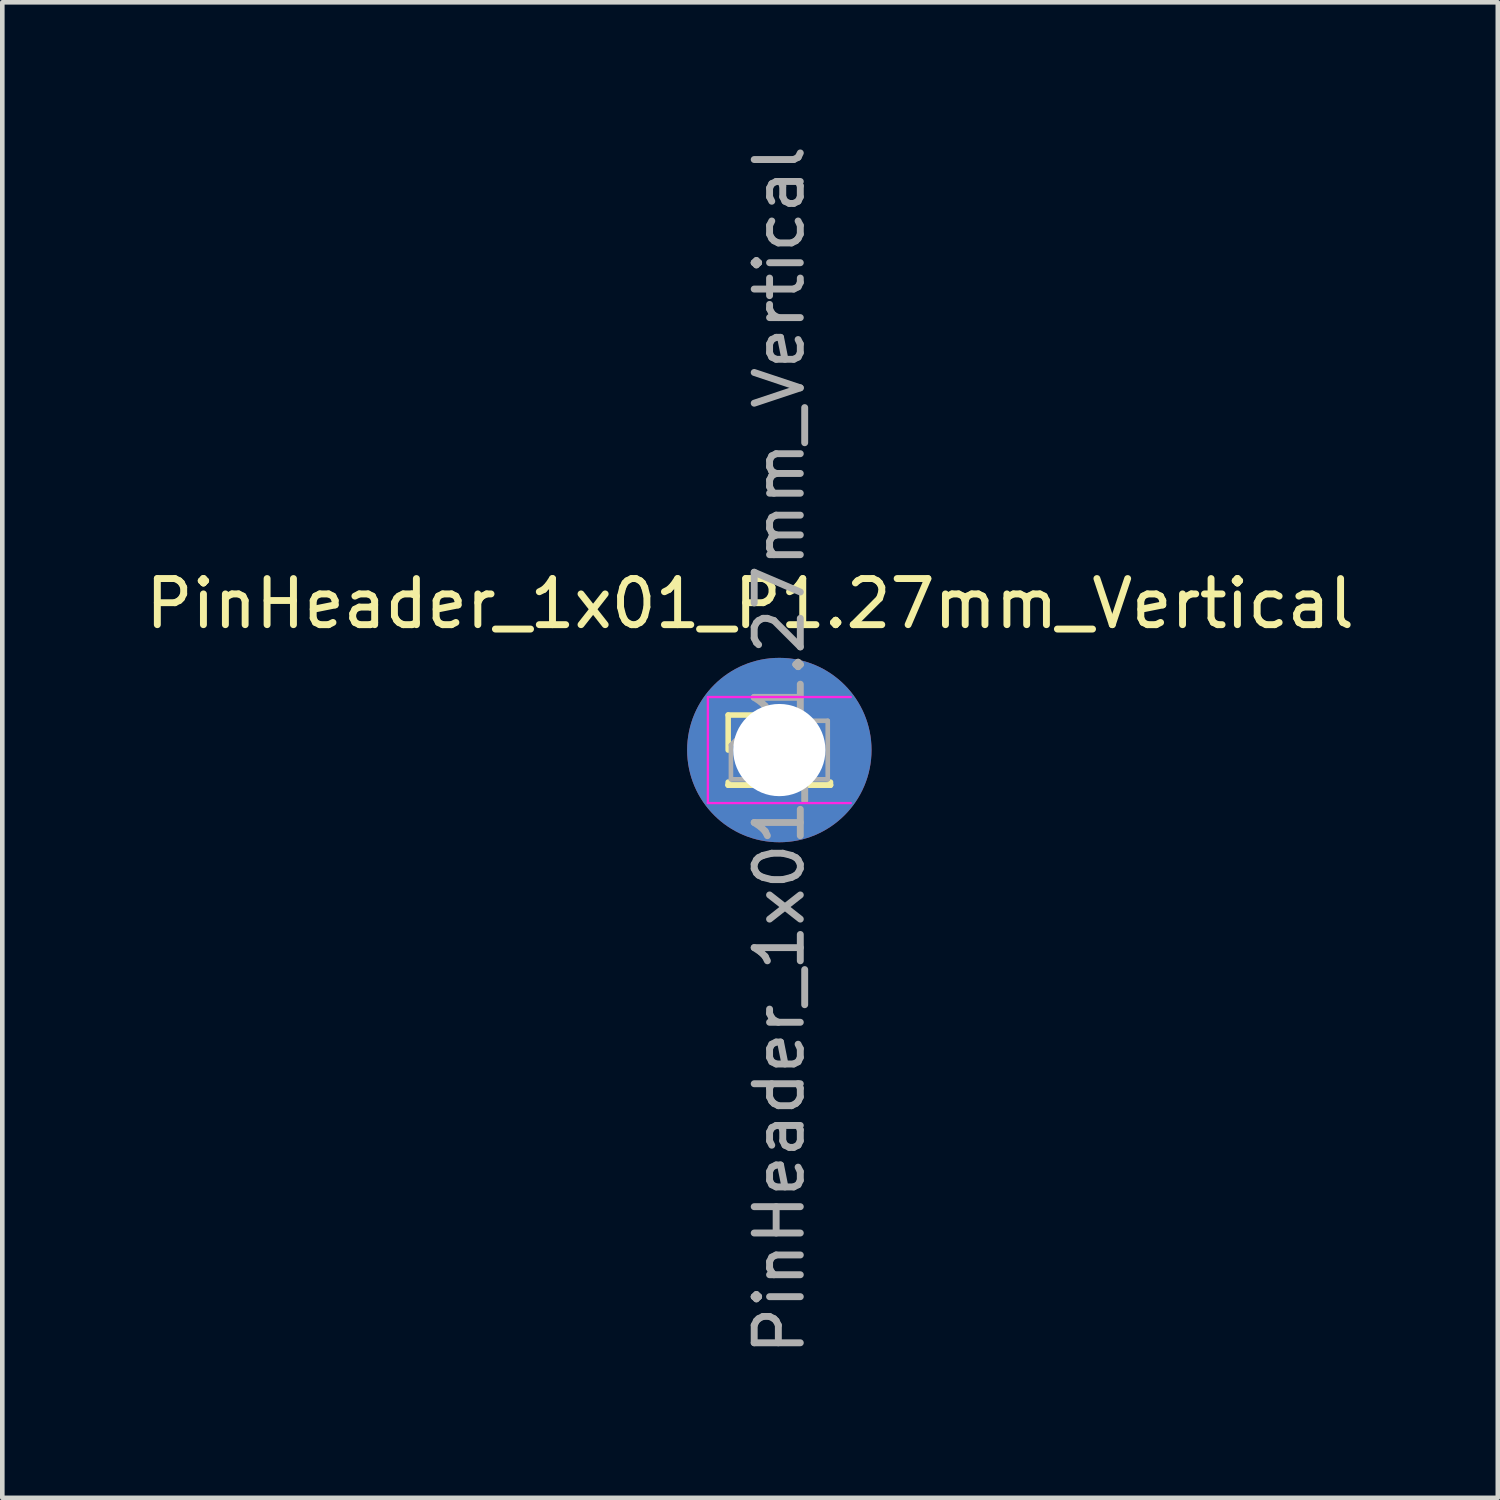
<source format=kicad_pcb>
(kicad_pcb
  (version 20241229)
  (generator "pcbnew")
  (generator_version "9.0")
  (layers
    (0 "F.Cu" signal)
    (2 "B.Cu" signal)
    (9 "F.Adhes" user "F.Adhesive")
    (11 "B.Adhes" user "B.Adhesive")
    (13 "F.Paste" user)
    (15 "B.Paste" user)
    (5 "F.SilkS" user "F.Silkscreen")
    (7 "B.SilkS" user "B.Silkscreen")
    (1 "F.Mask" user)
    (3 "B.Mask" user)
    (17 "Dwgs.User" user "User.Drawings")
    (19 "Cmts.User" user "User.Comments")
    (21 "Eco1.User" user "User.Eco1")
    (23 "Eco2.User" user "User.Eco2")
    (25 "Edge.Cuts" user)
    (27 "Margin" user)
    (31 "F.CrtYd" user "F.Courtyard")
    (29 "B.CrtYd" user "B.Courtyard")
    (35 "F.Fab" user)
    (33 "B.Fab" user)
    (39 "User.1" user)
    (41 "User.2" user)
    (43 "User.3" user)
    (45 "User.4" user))
  (footprint "PinHeader_1x01_P1.27mm_Vertical"
    (layer "F.Cu")
    (at 13.855 13.22)
    (property "Reference" "PinHeader_1x01_P1.27mm_Vertical" (at -0.635 -3.175 0) (layer "F.SilkS") (effects (font (size 1 1) (thickness 0.15))))
    (attr through_hole)
    (fp_line (start -1.11 -0.76) (end 0 -0.76) (stroke (width 0.12) (type solid)) (layer "F.SilkS"))
    (fp_line (start -1.11 0) (end -1.11 -0.76) (stroke (width 0.12) (type solid)) (layer "F.SilkS"))
    (fp_line (start -1.11 0.76) (end -1.11 0.695) (stroke (width 0.12) (type solid)) (layer "F.SilkS"))
    (fp_line (start -1.11 0.76) (end -0.563 0.76) (stroke (width 0.12) (type solid)) (layer "F.SilkS"))
    (fp_line (start -1.11 0.76) (end 1.11 0.76) (stroke (width 0.12) (type solid)) (layer "F.SilkS"))
    (fp_line (start 0.563 0.76) (end 1.11 0.76) (stroke (width 0.12) (type solid)) (layer "F.SilkS"))
    (fp_line (start 1.11 0.76) (end 1.11 0.695) (stroke (width 0.12) (type solid)) (layer "F.SilkS"))
    (fp_line (start -1.55 -1.15) (end -1.55 1.15) (stroke (width 0.05) (type solid)) (layer "F.CrtYd"))
    (fp_line (start -1.55 1.15) (end 1.55 1.15) (stroke (width 0.05) (type solid)) (layer "F.CrtYd"))
    (fp_line (start 1.55 -1.15) (end -1.55 -1.15) (stroke (width 0.05) (type solid)) (layer "F.CrtYd"))
    (fp_line (start -1.05 -0.11) (end -0.525 -0.635) (stroke (width 0.1) (type solid)) (layer "F.Fab"))
    (fp_line (start -1.05 0.635) (end -1.05 -0.11) (stroke (width 0.1) (type solid)) (layer "F.Fab"))
    (fp_line (start -0.525 -0.635) (end 1.05 -0.635) (stroke (width 0.1) (type solid)) (layer "F.Fab"))
    (fp_line (start 1.05 -0.635) (end 1.05 0.635) (stroke (width 0.1) (type solid)) (layer "F.Fab"))
    (fp_line (start 1.05 0.635) (end -1.05 0.635) (stroke (width 0.1) (type solid)) (layer "F.Fab"))
    (fp_text user "${REFERENCE}" (at 0 0 90) (layer "F.Fab") (effects (font (size 1 1) (thickness 0.15))))
    (pad "1" thru_hole circle (at 0 0) (size 4 4) (drill 2) (layers "*.Cu" "*.Mask")))
  (gr_rect
    (start -3 -3)
    (end 29.44 29.44)
    (stroke (width 0.1) (type default))
    (fill no)
    (layer "Edge.Cuts")))
</source>
